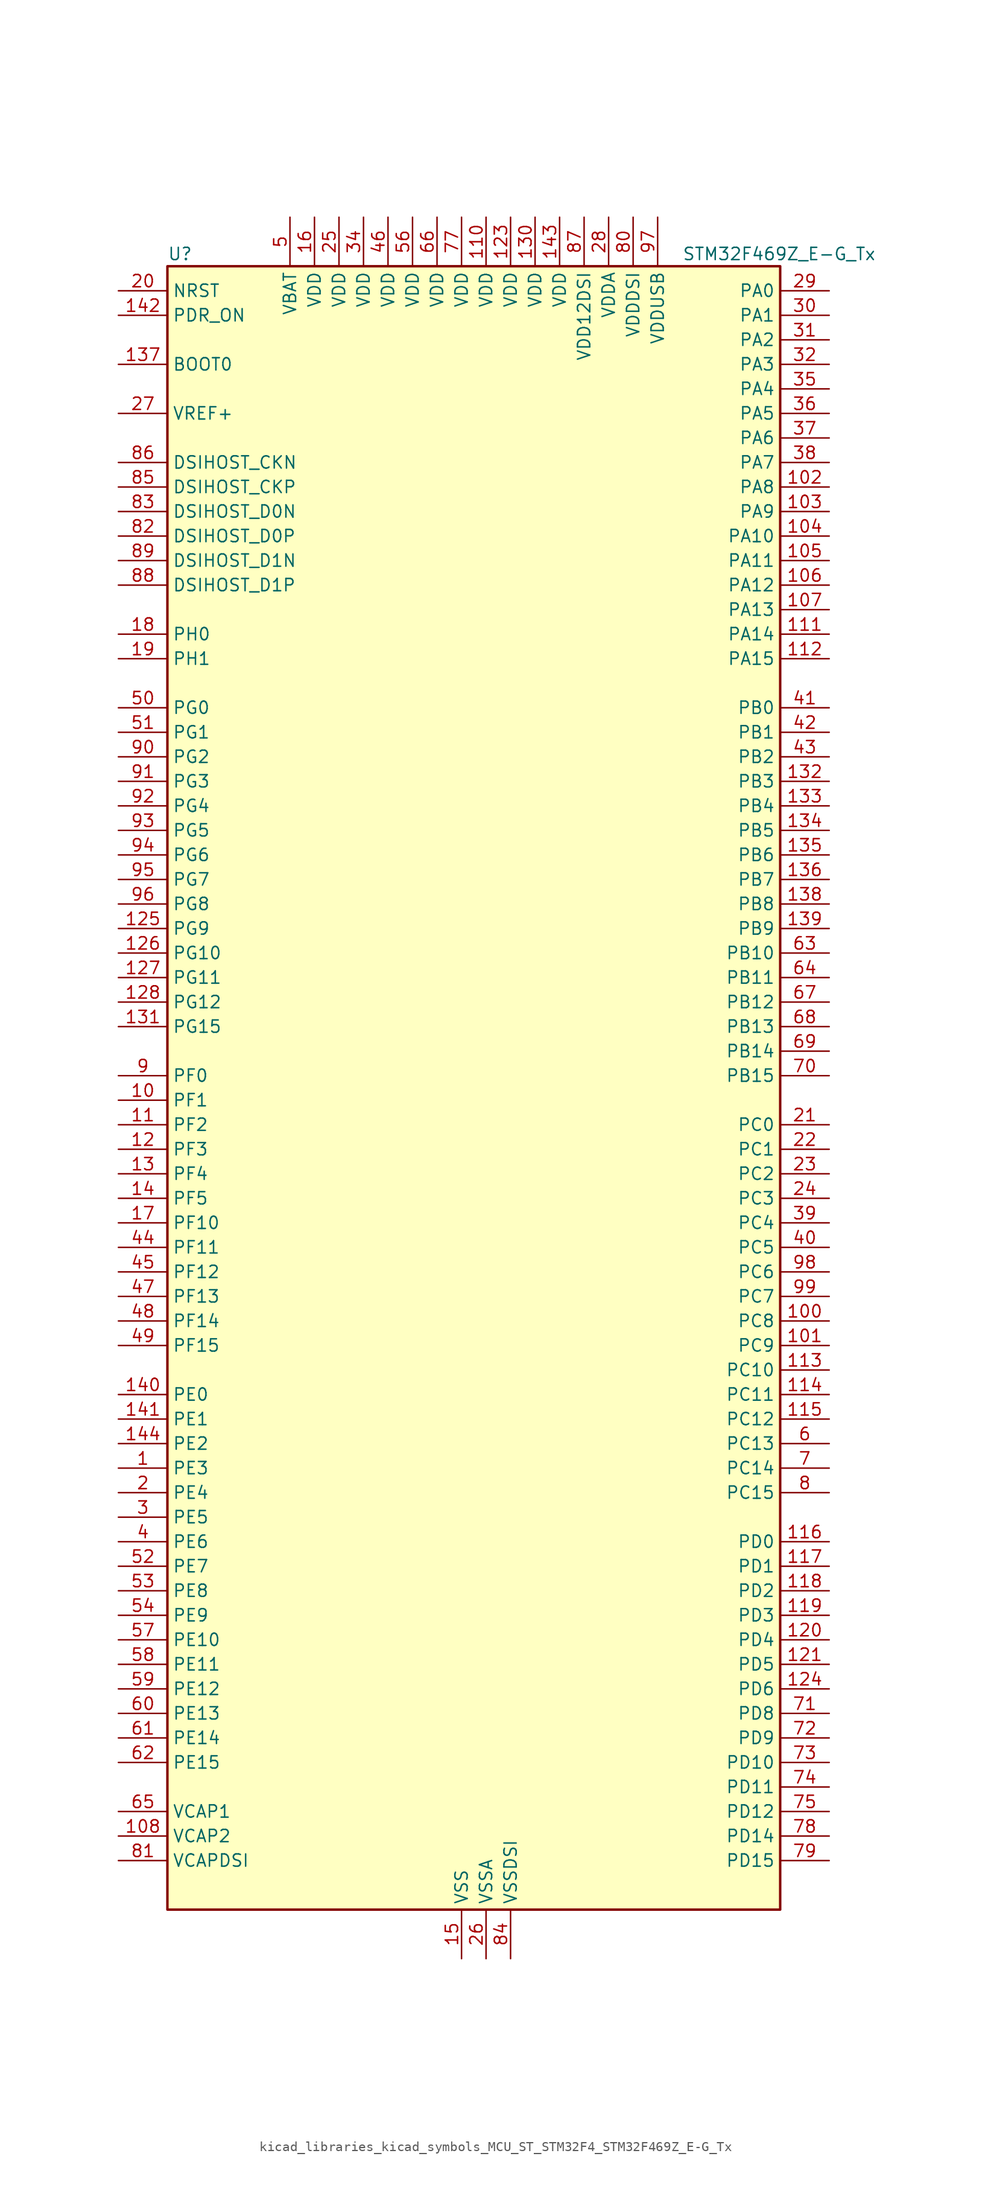
<source format=kicad_sym>
(kicad_symbol_lib
  (version 20220914)
  (generator kicad_symbol_editor)
  (symbol "kicad_libraries_kicad_symbols_MCU_ST_STM32F4_STM32F469Z_E-G_Tx"
    (property "Reference" "U"
      (at -30.48 87.63 0)
      (effects (font (size 1.27 1.27)) (justify left)))
    (property "Value" "STM32F469Z_E-G_Tx"
      (at 22.86 87.63 0)
      (effects (font (size 1.27 1.27)) (justify left)))
    (property "ki_locked" ""
      (at 0 0 0)
      (effects (font (size 1.27 1.27))))
    (symbol "kicad_libraries_kicad_symbols_MCU_ST_STM32F4_STM32F469Z_E-G_Tx_0_1"
      (rectangle (start -30.48 -83.82) (end 33.02 86.36) (stroke (width 0.254) (type default)) (fill (type background))))
    (symbol "kicad_libraries_kicad_symbols_MCU_ST_STM32F4_STM32F469Z_E-G_Tx_1_1"
      (pin bidirectional line (at -35.56 -38.1 0) (length 5.08) (name "PE3" (effects (font (size 1.27 1.27)))) (number "1" (effects (font (size 1.27 1.27)))) (alternate "FMC_A19" bidirectional line) (alternate "SAI1_SD_B" bidirectional line) (alternate "SYS_TRACED0" bidirectional line))
      (pin bidirectional line (at -35.56 0 0) (length 5.08) (name "PF1" (effects (font (size 1.27 1.27)))) (number "10" (effects (font (size 1.27 1.27)))) (alternate "FMC_A1" bidirectional line) (alternate "I2C2_SCL" bidirectional line))
      (pin bidirectional line (at 38.1 -22.86 180) (length 5.08) (name "PC8" (effects (font (size 1.27 1.27)))) (number "100" (effects (font (size 1.27 1.27)))) (alternate "DCMI_D2" bidirectional line) (alternate "SDIO_D0" bidirectional line) (alternate "SYS_TRACED1" bidirectional line) (alternate "TIM3_CH3" bidirectional line) (alternate "TIM8_CH3" bidirectional line) (alternate "USART6_CK" bidirectional line))
      (pin bidirectional line (at 38.1 -25.4 180) (length 5.08) (name "PC9" (effects (font (size 1.27 1.27)))) (number "101" (effects (font (size 1.27 1.27)))) (alternate "DAC_EXTI9" bidirectional line) (alternate "DCMI_D3" bidirectional line) (alternate "I2C3_SDA" bidirectional line) (alternate "I2S_CKIN" bidirectional line) (alternate "QUADSPI_BK1_IO0" bidirectional line) (alternate "RCC_MCO_2" bidirectional line) (alternate "SDIO_D1" bidirectional line) (alternate "TIM3_CH4" bidirectional line) (alternate "TIM8_CH4" bidirectional line))
      (pin bidirectional line (at 38.1 63.5 180) (length 5.08) (name "PA8" (effects (font (size 1.27 1.27)))) (number "102" (effects (font (size 1.27 1.27)))) (alternate "I2C3_SCL" bidirectional line) (alternate "LTDC_R6" bidirectional line) (alternate "RCC_MCO_1" bidirectional line) (alternate "TIM1_CH1" bidirectional line) (alternate "USART1_CK" bidirectional line) (alternate "USB_OTG_FS_SOF" bidirectional line))
      (pin bidirectional line (at 38.1 60.96 180) (length 5.08) (name "PA9" (effects (font (size 1.27 1.27)))) (number "103" (effects (font (size 1.27 1.27)))) (alternate "DAC_EXTI9" bidirectional line) (alternate "DCMI_D0" bidirectional line) (alternate "I2C3_SMBA" bidirectional line) (alternate "I2S2_CK" bidirectional line) (alternate "SPI2_SCK" bidirectional line) (alternate "TIM1_CH2" bidirectional line) (alternate "USART1_TX" bidirectional line) (alternate "USB_OTG_FS_VBUS" bidirectional line))
      (pin bidirectional line (at 38.1 58.42 180) (length 5.08) (name "PA10" (effects (font (size 1.27 1.27)))) (number "104" (effects (font (size 1.27 1.27)))) (alternate "DCMI_D1" bidirectional line) (alternate "TIM1_CH3" bidirectional line) (alternate "USART1_RX" bidirectional line) (alternate "USB_OTG_FS_ID" bidirectional line))
      (pin bidirectional line (at 38.1 55.88 180) (length 5.08) (name "PA11" (effects (font (size 1.27 1.27)))) (number "105" (effects (font (size 1.27 1.27)))) (alternate "ADC1_EXTI11" bidirectional line) (alternate "ADC2_EXTI11" bidirectional line) (alternate "ADC3_EXTI11" bidirectional line) (alternate "CAN1_RX" bidirectional line) (alternate "LTDC_R4" bidirectional line) (alternate "TIM1_CH4" bidirectional line) (alternate "USART1_CTS" bidirectional line) (alternate "USB_OTG_FS_DM" bidirectional line))
      (pin bidirectional line (at 38.1 53.34 180) (length 5.08) (name "PA12" (effects (font (size 1.27 1.27)))) (number "106" (effects (font (size 1.27 1.27)))) (alternate "CAN1_TX" bidirectional line) (alternate "LTDC_R5" bidirectional line) (alternate "TIM1_ETR" bidirectional line) (alternate "USART1_RTS" bidirectional line) (alternate "USB_OTG_FS_DP" bidirectional line))
      (pin bidirectional line (at 38.1 50.8 180) (length 5.08) (name "PA13" (effects (font (size 1.27 1.27)))) (number "107" (effects (font (size 1.27 1.27)))) (alternate "SYS_JTMS-SWDIO" bidirectional line))
      (pin power_out line (at -35.56 -76.2 0) (length 5.08) (name "VCAP2" (effects (font (size 1.27 1.27)))) (number "108" (effects (font (size 1.27 1.27)))))
      (pin passive line (at 0 -88.9 90) (length 5.08) hide (name "VSS" (effects (font (size 1.27 1.27)))) (number "109" (effects (font (size 1.27 1.27)))))
      (pin bidirectional line (at -35.56 -2.54 0) (length 5.08) (name "PF2" (effects (font (size 1.27 1.27)))) (number "11" (effects (font (size 1.27 1.27)))) (alternate "FMC_A2" bidirectional line) (alternate "I2C2_SMBA" bidirectional line))
      (pin power_in line (at 2.54 91.44 270) (length 5.08) (name "VDD" (effects (font (size 1.27 1.27)))) (number "110" (effects (font (size 1.27 1.27)))))
      (pin bidirectional line (at 38.1 48.26 180) (length 5.08) (name "PA14" (effects (font (size 1.27 1.27)))) (number "111" (effects (font (size 1.27 1.27)))) (alternate "SYS_JTCK-SWCLK" bidirectional line))
      (pin bidirectional line (at 38.1 45.72 180) (length 5.08) (name "PA15" (effects (font (size 1.27 1.27)))) (number "112" (effects (font (size 1.27 1.27)))) (alternate "ADC1_EXTI15" bidirectional line) (alternate "ADC2_EXTI15" bidirectional line) (alternate "ADC3_EXTI15" bidirectional line) (alternate "I2S3_WS" bidirectional line) (alternate "SPI1_NSS" bidirectional line) (alternate "SPI3_NSS" bidirectional line) (alternate "SYS_JTDI" bidirectional line) (alternate "TIM2_CH1" bidirectional line) (alternate "TIM2_ETR" bidirectional line))
      (pin bidirectional line (at 38.1 -27.94 180) (length 5.08) (name "PC10" (effects (font (size 1.27 1.27)))) (number "113" (effects (font (size 1.27 1.27)))) (alternate "DCMI_D8" bidirectional line) (alternate "I2S3_CK" bidirectional line) (alternate "LTDC_R2" bidirectional line) (alternate "QUADSPI_BK1_IO1" bidirectional line) (alternate "SDIO_D2" bidirectional line) (alternate "SPI3_SCK" bidirectional line) (alternate "UART4_TX" bidirectional line) (alternate "USART3_TX" bidirectional line))
      (pin bidirectional line (at 38.1 -30.48 180) (length 5.08) (name "PC11" (effects (font (size 1.27 1.27)))) (number "114" (effects (font (size 1.27 1.27)))) (alternate "ADC1_EXTI11" bidirectional line) (alternate "ADC2_EXTI11" bidirectional line) (alternate "ADC3_EXTI11" bidirectional line) (alternate "DCMI_D4" bidirectional line) (alternate "I2S3_ext_SD" bidirectional line) (alternate "QUADSPI_BK2_NCS" bidirectional line) (alternate "SDIO_D3" bidirectional line) (alternate "SPI3_MISO" bidirectional line) (alternate "UART4_RX" bidirectional line) (alternate "USART3_RX" bidirectional line))
      (pin bidirectional line (at 38.1 -33.02 180) (length 5.08) (name "PC12" (effects (font (size 1.27 1.27)))) (number "115" (effects (font (size 1.27 1.27)))) (alternate "DCMI_D9" bidirectional line) (alternate "I2S3_SD" bidirectional line) (alternate "SDIO_CK" bidirectional line) (alternate "SPI3_MOSI" bidirectional line) (alternate "SYS_TRACED3" bidirectional line) (alternate "UART5_TX" bidirectional line) (alternate "USART3_CK" bidirectional line))
      (pin bidirectional line (at 38.1 -45.72 180) (length 5.08) (name "PD0" (effects (font (size 1.27 1.27)))) (number "116" (effects (font (size 1.27 1.27)))) (alternate "CAN1_RX" bidirectional line) (alternate "FMC_D2" bidirectional line) (alternate "FMC_DA2" bidirectional line))
      (pin bidirectional line (at 38.1 -48.26 180) (length 5.08) (name "PD1" (effects (font (size 1.27 1.27)))) (number "117" (effects (font (size 1.27 1.27)))) (alternate "CAN1_TX" bidirectional line) (alternate "FMC_D3" bidirectional line) (alternate "FMC_DA3" bidirectional line))
      (pin bidirectional line (at 38.1 -50.8 180) (length 5.08) (name "PD2" (effects (font (size 1.27 1.27)))) (number "118" (effects (font (size 1.27 1.27)))) (alternate "DCMI_D11" bidirectional line) (alternate "SDIO_CMD" bidirectional line) (alternate "SYS_TRACED2" bidirectional line) (alternate "TIM3_ETR" bidirectional line) (alternate "UART5_RX" bidirectional line))
      (pin bidirectional line (at 38.1 -53.34 180) (length 5.08) (name "PD3" (effects (font (size 1.27 1.27)))) (number "119" (effects (font (size 1.27 1.27)))) (alternate "DCMI_D5" bidirectional line) (alternate "FMC_CLK" bidirectional line) (alternate "I2S2_CK" bidirectional line) (alternate "LTDC_G7" bidirectional line) (alternate "SPI2_SCK" bidirectional line) (alternate "USART2_CTS" bidirectional line))
      (pin bidirectional line (at -35.56 -5.08 0) (length 5.08) (name "PF3" (effects (font (size 1.27 1.27)))) (number "12" (effects (font (size 1.27 1.27)))) (alternate "ADC3_IN9" bidirectional line) (alternate "FMC_A3" bidirectional line))
      (pin bidirectional line (at 38.1 -55.88 180) (length 5.08) (name "PD4" (effects (font (size 1.27 1.27)))) (number "120" (effects (font (size 1.27 1.27)))) (alternate "FMC_NOE" bidirectional line) (alternate "USART2_RTS" bidirectional line))
      (pin bidirectional line (at 38.1 -58.42 180) (length 5.08) (name "PD5" (effects (font (size 1.27 1.27)))) (number "121" (effects (font (size 1.27 1.27)))) (alternate "FMC_NWE" bidirectional line) (alternate "USART2_TX" bidirectional line))
      (pin passive line (at 0 -88.9 90) (length 5.08) hide (name "VSS" (effects (font (size 1.27 1.27)))) (number "122" (effects (font (size 1.27 1.27)))))
      (pin power_in line (at 5.08 91.44 270) (length 5.08) (name "VDD" (effects (font (size 1.27 1.27)))) (number "123" (effects (font (size 1.27 1.27)))))
      (pin bidirectional line (at 38.1 -60.96 180) (length 5.08) (name "PD6" (effects (font (size 1.27 1.27)))) (number "124" (effects (font (size 1.27 1.27)))) (alternate "DCMI_D10" bidirectional line) (alternate "FMC_NWAIT" bidirectional line) (alternate "I2S3_SD" bidirectional line) (alternate "LTDC_B2" bidirectional line) (alternate "SAI1_SD_A" bidirectional line) (alternate "SPI3_MOSI" bidirectional line) (alternate "USART2_RX" bidirectional line))
      (pin bidirectional line (at -35.56 17.78 0) (length 5.08) (name "PG9" (effects (font (size 1.27 1.27)))) (number "125" (effects (font (size 1.27 1.27)))) (alternate "DAC_EXTI9" bidirectional line) (alternate "DCMI_VSYNC" bidirectional line) (alternate "FMC_NCE" bidirectional line) (alternate "FMC_NE2" bidirectional line) (alternate "QUADSPI_BK2_IO2" bidirectional line) (alternate "USART6_RX" bidirectional line))
      (pin bidirectional line (at -35.56 15.24 0) (length 5.08) (name "PG10" (effects (font (size 1.27 1.27)))) (number "126" (effects (font (size 1.27 1.27)))) (alternate "DCMI_D2" bidirectional line) (alternate "FMC_NE3" bidirectional line) (alternate "LTDC_B2" bidirectional line) (alternate "LTDC_G3" bidirectional line))
      (pin bidirectional line (at -35.56 12.7 0) (length 5.08) (name "PG11" (effects (font (size 1.27 1.27)))) (number "127" (effects (font (size 1.27 1.27)))) (alternate "ADC1_EXTI11" bidirectional line) (alternate "ADC2_EXTI11" bidirectional line) (alternate "ADC3_EXTI11" bidirectional line) (alternate "DCMI_D3" bidirectional line) (alternate "LTDC_B3" bidirectional line))
      (pin bidirectional line (at -35.56 10.16 0) (length 5.08) (name "PG12" (effects (font (size 1.27 1.27)))) (number "128" (effects (font (size 1.27 1.27)))) (alternate "FMC_NE4" bidirectional line) (alternate "LTDC_B1" bidirectional line) (alternate "LTDC_B4" bidirectional line) (alternate "USART6_RTS" bidirectional line))
      (pin passive line (at 0 -88.9 90) (length 5.08) hide (name "VSS" (effects (font (size 1.27 1.27)))) (number "129" (effects (font (size 1.27 1.27)))))
      (pin bidirectional line (at -35.56 -7.62 0) (length 5.08) (name "PF4" (effects (font (size 1.27 1.27)))) (number "13" (effects (font (size 1.27 1.27)))) (alternate "ADC3_IN14" bidirectional line) (alternate "FMC_A4" bidirectional line))
      (pin power_in line (at 7.62 91.44 270) (length 5.08) (name "VDD" (effects (font (size 1.27 1.27)))) (number "130" (effects (font (size 1.27 1.27)))))
      (pin bidirectional line (at -35.56 7.62 0) (length 5.08) (name "PG15" (effects (font (size 1.27 1.27)))) (number "131" (effects (font (size 1.27 1.27)))) (alternate "ADC1_EXTI15" bidirectional line) (alternate "ADC2_EXTI15" bidirectional line) (alternate "ADC3_EXTI15" bidirectional line) (alternate "DCMI_D13" bidirectional line) (alternate "FMC_SDNCAS" bidirectional line) (alternate "USART6_CTS" bidirectional line))
      (pin bidirectional line (at 38.1 33.02 180) (length 5.08) (name "PB3" (effects (font (size 1.27 1.27)))) (number "132" (effects (font (size 1.27 1.27)))) (alternate "I2S3_CK" bidirectional line) (alternate "SPI1_SCK" bidirectional line) (alternate "SPI3_SCK" bidirectional line) (alternate "SYS_JTDO-SWO" bidirectional line) (alternate "TIM2_CH2" bidirectional line))
      (pin bidirectional line (at 38.1 30.48 180) (length 5.08) (name "PB4" (effects (font (size 1.27 1.27)))) (number "133" (effects (font (size 1.27 1.27)))) (alternate "I2S3_ext_SD" bidirectional line) (alternate "SPI1_MISO" bidirectional line) (alternate "SPI3_MISO" bidirectional line) (alternate "SYS_JTRST" bidirectional line) (alternate "TIM3_CH1" bidirectional line))
      (pin bidirectional line (at 38.1 27.94 180) (length 5.08) (name "PB5" (effects (font (size 1.27 1.27)))) (number "134" (effects (font (size 1.27 1.27)))) (alternate "CAN2_RX" bidirectional line) (alternate "DCMI_D10" bidirectional line) (alternate "FMC_SDCKE1" bidirectional line) (alternate "I2C1_SMBA" bidirectional line) (alternate "I2S3_SD" bidirectional line) (alternate "LTDC_G7" bidirectional line) (alternate "SPI1_MOSI" bidirectional line) (alternate "SPI3_MOSI" bidirectional line) (alternate "TIM3_CH2" bidirectional line) (alternate "USB_OTG_HS_ULPI_D7" bidirectional line))
      (pin bidirectional line (at 38.1 25.4 180) (length 5.08) (name "PB6" (effects (font (size 1.27 1.27)))) (number "135" (effects (font (size 1.27 1.27)))) (alternate "CAN2_TX" bidirectional line) (alternate "DCMI_D5" bidirectional line) (alternate "FMC_SDNE1" bidirectional line) (alternate "I2C1_SCL" bidirectional line) (alternate "QUADSPI_BK1_NCS" bidirectional line) (alternate "TIM4_CH1" bidirectional line) (alternate "USART1_TX" bidirectional line))
      (pin bidirectional line (at 38.1 22.86 180) (length 5.08) (name "PB7" (effects (font (size 1.27 1.27)))) (number "136" (effects (font (size 1.27 1.27)))) (alternate "DCMI_VSYNC" bidirectional line) (alternate "FMC_NL" bidirectional line) (alternate "I2C1_SDA" bidirectional line) (alternate "TIM4_CH2" bidirectional line) (alternate "USART1_RX" bidirectional line))
      (pin input line (at -35.56 76.2 0) (length 5.08) (name "BOOT0" (effects (font (size 1.27 1.27)))) (number "137" (effects (font (size 1.27 1.27)))))
      (pin bidirectional line (at 38.1 20.32 180) (length 5.08) (name "PB8" (effects (font (size 1.27 1.27)))) (number "138" (effects (font (size 1.27 1.27)))) (alternate "CAN1_RX" bidirectional line) (alternate "DCMI_D6" bidirectional line) (alternate "I2C1_SCL" bidirectional line) (alternate "LTDC_B6" bidirectional line) (alternate "SDIO_D4" bidirectional line) (alternate "TIM10_CH1" bidirectional line) (alternate "TIM4_CH3" bidirectional line))
      (pin bidirectional line (at 38.1 17.78 180) (length 5.08) (name "PB9" (effects (font (size 1.27 1.27)))) (number "139" (effects (font (size 1.27 1.27)))) (alternate "CAN1_TX" bidirectional line) (alternate "DAC_EXTI9" bidirectional line) (alternate "DCMI_D7" bidirectional line) (alternate "I2C1_SDA" bidirectional line) (alternate "I2S2_WS" bidirectional line) (alternate "LTDC_B7" bidirectional line) (alternate "SDIO_D5" bidirectional line) (alternate "SPI2_NSS" bidirectional line) (alternate "TIM11_CH1" bidirectional line) (alternate "TIM4_CH4" bidirectional line))
      (pin bidirectional line (at -35.56 -10.16 0) (length 5.08) (name "PF5" (effects (font (size 1.27 1.27)))) (number "14" (effects (font (size 1.27 1.27)))) (alternate "ADC3_IN15" bidirectional line) (alternate "FMC_A5" bidirectional line))
      (pin bidirectional line (at -35.56 -30.48 0) (length 5.08) (name "PE0" (effects (font (size 1.27 1.27)))) (number "140" (effects (font (size 1.27 1.27)))) (alternate "DCMI_D2" bidirectional line) (alternate "FMC_NBL0" bidirectional line) (alternate "TIM4_ETR" bidirectional line) (alternate "UART8_RX" bidirectional line))
      (pin bidirectional line (at -35.56 -33.02 0) (length 5.08) (name "PE1" (effects (font (size 1.27 1.27)))) (number "141" (effects (font (size 1.27 1.27)))) (alternate "DCMI_D3" bidirectional line) (alternate "FMC_NBL1" bidirectional line) (alternate "UART8_TX" bidirectional line))
      (pin input line (at -35.56 81.28 0) (length 5.08) (name "PDR_ON" (effects (font (size 1.27 1.27)))) (number "142" (effects (font (size 1.27 1.27)))))
      (pin power_in line (at 10.16 91.44 270) (length 5.08) (name "VDD" (effects (font (size 1.27 1.27)))) (number "143" (effects (font (size 1.27 1.27)))))
      (pin bidirectional line (at -35.56 -35.56 0) (length 5.08) (name "PE2" (effects (font (size 1.27 1.27)))) (number "144" (effects (font (size 1.27 1.27)))) (alternate "FMC_A23" bidirectional line) (alternate "QUADSPI_BK1_IO2" bidirectional line) (alternate "SAI1_MCLK_A" bidirectional line) (alternate "SPI4_SCK" bidirectional line) (alternate "SYS_TRACECLK" bidirectional line))
      (pin power_in line (at 0 -88.9 90) (length 5.08) (name "VSS" (effects (font (size 1.27 1.27)))) (number "15" (effects (font (size 1.27 1.27)))))
      (pin power_in line (at -15.24 91.44 270) (length 5.08) (name "VDD" (effects (font (size 1.27 1.27)))) (number "16" (effects (font (size 1.27 1.27)))))
      (pin bidirectional line (at -35.56 -12.7 0) (length 5.08) (name "PF10" (effects (font (size 1.27 1.27)))) (number "17" (effects (font (size 1.27 1.27)))) (alternate "ADC3_IN8" bidirectional line) (alternate "DCMI_D11" bidirectional line) (alternate "LTDC_DE" bidirectional line) (alternate "QUADSPI_CLK" bidirectional line))
      (pin bidirectional line (at -35.56 48.26 0) (length 5.08) (name "PH0" (effects (font (size 1.27 1.27)))) (number "18" (effects (font (size 1.27 1.27)))) (alternate "RCC_OSC_IN" bidirectional line))
      (pin bidirectional line (at -35.56 45.72 0) (length 5.08) (name "PH1" (effects (font (size 1.27 1.27)))) (number "19" (effects (font (size 1.27 1.27)))) (alternate "RCC_OSC_OUT" bidirectional line))
      (pin bidirectional line (at -35.56 -40.64 0) (length 5.08) (name "PE4" (effects (font (size 1.27 1.27)))) (number "2" (effects (font (size 1.27 1.27)))) (alternate "DCMI_D4" bidirectional line) (alternate "FMC_A20" bidirectional line) (alternate "LTDC_B0" bidirectional line) (alternate "SAI1_FS_A" bidirectional line) (alternate "SPI4_NSS" bidirectional line) (alternate "SYS_TRACED1" bidirectional line))
      (pin input line (at -35.56 83.82 0) (length 5.08) (name "NRST" (effects (font (size 1.27 1.27)))) (number "20" (effects (font (size 1.27 1.27)))))
      (pin bidirectional line (at 38.1 -2.54 180) (length 5.08) (name "PC0" (effects (font (size 1.27 1.27)))) (number "21" (effects (font (size 1.27 1.27)))) (alternate "ADC1_IN10" bidirectional line) (alternate "ADC2_IN10" bidirectional line) (alternate "ADC3_IN10" bidirectional line) (alternate "FMC_SDNWE" bidirectional line) (alternate "LTDC_R5" bidirectional line) (alternate "USB_OTG_HS_ULPI_STP" bidirectional line))
      (pin bidirectional line (at 38.1 -5.08 180) (length 5.08) (name "PC1" (effects (font (size 1.27 1.27)))) (number "22" (effects (font (size 1.27 1.27)))) (alternate "ADC1_IN11" bidirectional line) (alternate "ADC2_IN11" bidirectional line) (alternate "ADC3_IN11" bidirectional line) (alternate "I2S2_SD" bidirectional line) (alternate "SAI1_SD_A" bidirectional line) (alternate "SPI2_MOSI" bidirectional line) (alternate "SYS_TRACED0" bidirectional line))
      (pin bidirectional line (at 38.1 -7.62 180) (length 5.08) (name "PC2" (effects (font (size 1.27 1.27)))) (number "23" (effects (font (size 1.27 1.27)))) (alternate "ADC1_IN12" bidirectional line) (alternate "ADC2_IN12" bidirectional line) (alternate "ADC3_IN12" bidirectional line) (alternate "FMC_SDNE0" bidirectional line) (alternate "I2S2_ext_SD" bidirectional line) (alternate "SPI2_MISO" bidirectional line) (alternate "USB_OTG_HS_ULPI_DIR" bidirectional line))
      (pin bidirectional line (at 38.1 -10.16 180) (length 5.08) (name "PC3" (effects (font (size 1.27 1.27)))) (number "24" (effects (font (size 1.27 1.27)))) (alternate "ADC1_IN13" bidirectional line) (alternate "ADC2_IN13" bidirectional line) (alternate "ADC3_IN13" bidirectional line) (alternate "FMC_SDCKE0" bidirectional line) (alternate "I2S2_SD" bidirectional line) (alternate "SPI2_MOSI" bidirectional line) (alternate "USB_OTG_HS_ULPI_NXT" bidirectional line))
      (pin power_in line (at -12.7 91.44 270) (length 5.08) (name "VDD" (effects (font (size 1.27 1.27)))) (number "25" (effects (font (size 1.27 1.27)))))
      (pin power_in line (at 2.54 -88.9 90) (length 5.08) (name "VSSA" (effects (font (size 1.27 1.27)))) (number "26" (effects (font (size 1.27 1.27)))))
      (pin input line (at -35.56 71.12 0) (length 5.08) (name "VREF+" (effects (font (size 1.27 1.27)))) (number "27" (effects (font (size 1.27 1.27)))))
      (pin power_in line (at 15.24 91.44 270) (length 5.08) (name "VDDA" (effects (font (size 1.27 1.27)))) (number "28" (effects (font (size 1.27 1.27)))))
      (pin bidirectional line (at 38.1 83.82 180) (length 5.08) (name "PA0" (effects (font (size 1.27 1.27)))) (number "29" (effects (font (size 1.27 1.27)))) (alternate "ADC1_IN0" bidirectional line) (alternate "ADC2_IN0" bidirectional line) (alternate "ADC3_IN0" bidirectional line) (alternate "SYS_WKUP" bidirectional line) (alternate "TIM2_CH1" bidirectional line) (alternate "TIM2_ETR" bidirectional line) (alternate "TIM5_CH1" bidirectional line) (alternate "TIM8_ETR" bidirectional line) (alternate "UART4_TX" bidirectional line) (alternate "USART2_CTS" bidirectional line))
      (pin bidirectional line (at -35.56 -43.18 0) (length 5.08) (name "PE5" (effects (font (size 1.27 1.27)))) (number "3" (effects (font (size 1.27 1.27)))) (alternate "DCMI_D6" bidirectional line) (alternate "FMC_A21" bidirectional line) (alternate "LTDC_G0" bidirectional line) (alternate "SAI1_SCK_A" bidirectional line) (alternate "SPI4_MISO" bidirectional line) (alternate "SYS_TRACED2" bidirectional line) (alternate "TIM9_CH1" bidirectional line))
      (pin bidirectional line (at 38.1 81.28 180) (length 5.08) (name "PA1" (effects (font (size 1.27 1.27)))) (number "30" (effects (font (size 1.27 1.27)))) (alternate "ADC1_IN1" bidirectional line) (alternate "ADC2_IN1" bidirectional line) (alternate "ADC3_IN1" bidirectional line) (alternate "LTDC_R2" bidirectional line) (alternate "QUADSPI_BK1_IO3" bidirectional line) (alternate "TIM2_CH2" bidirectional line) (alternate "TIM5_CH2" bidirectional line) (alternate "UART4_RX" bidirectional line) (alternate "USART2_RTS" bidirectional line))
      (pin bidirectional line (at 38.1 78.74 180) (length 5.08) (name "PA2" (effects (font (size 1.27 1.27)))) (number "31" (effects (font (size 1.27 1.27)))) (alternate "ADC1_IN2" bidirectional line) (alternate "ADC2_IN2" bidirectional line) (alternate "ADC3_IN2" bidirectional line) (alternate "LTDC_R1" bidirectional line) (alternate "TIM2_CH3" bidirectional line) (alternate "TIM5_CH3" bidirectional line) (alternate "TIM9_CH1" bidirectional line) (alternate "USART2_TX" bidirectional line))
      (pin bidirectional line (at 38.1 76.2 180) (length 5.08) (name "PA3" (effects (font (size 1.27 1.27)))) (number "32" (effects (font (size 1.27 1.27)))) (alternate "ADC1_IN3" bidirectional line) (alternate "ADC2_IN3" bidirectional line) (alternate "ADC3_IN3" bidirectional line) (alternate "LTDC_B2" bidirectional line) (alternate "LTDC_B5" bidirectional line) (alternate "TIM2_CH4" bidirectional line) (alternate "TIM5_CH4" bidirectional line) (alternate "TIM9_CH2" bidirectional line) (alternate "USART2_RX" bidirectional line) (alternate "USB_OTG_HS_ULPI_D0" bidirectional line))
      (pin passive line (at 0 -88.9 90) (length 5.08) hide (name "VSS" (effects (font (size 1.27 1.27)))) (number "33" (effects (font (size 1.27 1.27)))))
      (pin power_in line (at -10.16 91.44 270) (length 5.08) (name "VDD" (effects (font (size 1.27 1.27)))) (number "34" (effects (font (size 1.27 1.27)))))
      (pin bidirectional line (at 38.1 73.66 180) (length 5.08) (name "PA4" (effects (font (size 1.27 1.27)))) (number "35" (effects (font (size 1.27 1.27)))) (alternate "ADC1_IN4" bidirectional line) (alternate "ADC2_IN4" bidirectional line) (alternate "DAC_OUT1" bidirectional line) (alternate "DCMI_HSYNC" bidirectional line) (alternate "I2S3_WS" bidirectional line) (alternate "LTDC_VSYNC" bidirectional line) (alternate "SPI1_NSS" bidirectional line) (alternate "SPI3_NSS" bidirectional line) (alternate "USART2_CK" bidirectional line) (alternate "USB_OTG_HS_SOF" bidirectional line))
      (pin bidirectional line (at 38.1 71.12 180) (length 5.08) (name "PA5" (effects (font (size 1.27 1.27)))) (number "36" (effects (font (size 1.27 1.27)))) (alternate "ADC1_IN5" bidirectional line) (alternate "ADC2_IN5" bidirectional line) (alternate "DAC_OUT2" bidirectional line) (alternate "LTDC_R4" bidirectional line) (alternate "SPI1_SCK" bidirectional line) (alternate "TIM2_CH1" bidirectional line) (alternate "TIM2_ETR" bidirectional line) (alternate "TIM8_CH1N" bidirectional line) (alternate "USB_OTG_HS_ULPI_CK" bidirectional line))
      (pin bidirectional line (at 38.1 68.58 180) (length 5.08) (name "PA6" (effects (font (size 1.27 1.27)))) (number "37" (effects (font (size 1.27 1.27)))) (alternate "ADC1_IN6" bidirectional line) (alternate "ADC2_IN6" bidirectional line) (alternate "DCMI_PIXCLK" bidirectional line) (alternate "LTDC_G2" bidirectional line) (alternate "SPI1_MISO" bidirectional line) (alternate "TIM13_CH1" bidirectional line) (alternate "TIM1_BKIN" bidirectional line) (alternate "TIM3_CH1" bidirectional line) (alternate "TIM8_BKIN" bidirectional line))
      (pin bidirectional line (at 38.1 66.04 180) (length 5.08) (name "PA7" (effects (font (size 1.27 1.27)))) (number "38" (effects (font (size 1.27 1.27)))) (alternate "ADC1_IN7" bidirectional line) (alternate "ADC2_IN7" bidirectional line) (alternate "FMC_SDNWE" bidirectional line) (alternate "QUADSPI_CLK" bidirectional line) (alternate "SPI1_MOSI" bidirectional line) (alternate "TIM14_CH1" bidirectional line) (alternate "TIM1_CH1N" bidirectional line) (alternate "TIM3_CH2" bidirectional line) (alternate "TIM8_CH1N" bidirectional line))
      (pin bidirectional line (at 38.1 -12.7 180) (length 5.08) (name "PC4" (effects (font (size 1.27 1.27)))) (number "39" (effects (font (size 1.27 1.27)))) (alternate "ADC1_IN14" bidirectional line) (alternate "ADC2_IN14" bidirectional line) (alternate "FMC_SDNE0" bidirectional line))
      (pin bidirectional line (at -35.56 -45.72 0) (length 5.08) (name "PE6" (effects (font (size 1.27 1.27)))) (number "4" (effects (font (size 1.27 1.27)))) (alternate "DCMI_D7" bidirectional line) (alternate "FMC_A22" bidirectional line) (alternate "LTDC_G1" bidirectional line) (alternate "SAI1_SD_A" bidirectional line) (alternate "SPI4_MOSI" bidirectional line) (alternate "SYS_TRACED3" bidirectional line) (alternate "TIM9_CH2" bidirectional line))
      (pin bidirectional line (at 38.1 -15.24 180) (length 5.08) (name "PC5" (effects (font (size 1.27 1.27)))) (number "40" (effects (font (size 1.27 1.27)))) (alternate "ADC1_IN15" bidirectional line) (alternate "ADC2_IN15" bidirectional line) (alternate "FMC_SDCKE0" bidirectional line))
      (pin bidirectional line (at 38.1 40.64 180) (length 5.08) (name "PB0" (effects (font (size 1.27 1.27)))) (number "41" (effects (font (size 1.27 1.27)))) (alternate "ADC1_IN8" bidirectional line) (alternate "ADC2_IN8" bidirectional line) (alternate "LTDC_G1" bidirectional line) (alternate "LTDC_R3" bidirectional line) (alternate "TIM1_CH2N" bidirectional line) (alternate "TIM3_CH3" bidirectional line) (alternate "TIM8_CH2N" bidirectional line) (alternate "USB_OTG_HS_ULPI_D1" bidirectional line))
      (pin bidirectional line (at 38.1 38.1 180) (length 5.08) (name "PB1" (effects (font (size 1.27 1.27)))) (number "42" (effects (font (size 1.27 1.27)))) (alternate "ADC1_IN9" bidirectional line) (alternate "ADC2_IN9" bidirectional line) (alternate "LTDC_G0" bidirectional line) (alternate "LTDC_R6" bidirectional line) (alternate "TIM1_CH3N" bidirectional line) (alternate "TIM3_CH4" bidirectional line) (alternate "TIM8_CH3N" bidirectional line) (alternate "USB_OTG_HS_ULPI_D2" bidirectional line))
      (pin bidirectional line (at 38.1 35.56 180) (length 5.08) (name "PB2" (effects (font (size 1.27 1.27)))) (number "43" (effects (font (size 1.27 1.27)))))
      (pin bidirectional line (at -35.56 -15.24 0) (length 5.08) (name "PF11" (effects (font (size 1.27 1.27)))) (number "44" (effects (font (size 1.27 1.27)))) (alternate "ADC1_EXTI11" bidirectional line) (alternate "ADC2_EXTI11" bidirectional line) (alternate "ADC3_EXTI11" bidirectional line) (alternate "DCMI_D12" bidirectional line) (alternate "FMC_SDNRAS" bidirectional line))
      (pin bidirectional line (at -35.56 -17.78 0) (length 5.08) (name "PF12" (effects (font (size 1.27 1.27)))) (number "45" (effects (font (size 1.27 1.27)))) (alternate "FMC_A6" bidirectional line))
      (pin power_in line (at -7.62 91.44 270) (length 5.08) (name "VDD" (effects (font (size 1.27 1.27)))) (number "46" (effects (font (size 1.27 1.27)))))
      (pin bidirectional line (at -35.56 -20.32 0) (length 5.08) (name "PF13" (effects (font (size 1.27 1.27)))) (number "47" (effects (font (size 1.27 1.27)))) (alternate "FMC_A7" bidirectional line))
      (pin bidirectional line (at -35.56 -22.86 0) (length 5.08) (name "PF14" (effects (font (size 1.27 1.27)))) (number "48" (effects (font (size 1.27 1.27)))) (alternate "FMC_A8" bidirectional line))
      (pin bidirectional line (at -35.56 -25.4 0) (length 5.08) (name "PF15" (effects (font (size 1.27 1.27)))) (number "49" (effects (font (size 1.27 1.27)))) (alternate "ADC1_EXTI15" bidirectional line) (alternate "ADC2_EXTI15" bidirectional line) (alternate "ADC3_EXTI15" bidirectional line) (alternate "FMC_A9" bidirectional line))
      (pin power_in line (at -17.78 91.44 270) (length 5.08) (name "VBAT" (effects (font (size 1.27 1.27)))) (number "5" (effects (font (size 1.27 1.27)))))
      (pin bidirectional line (at -35.56 40.64 0) (length 5.08) (name "PG0" (effects (font (size 1.27 1.27)))) (number "50" (effects (font (size 1.27 1.27)))) (alternate "FMC_A10" bidirectional line))
      (pin bidirectional line (at -35.56 38.1 0) (length 5.08) (name "PG1" (effects (font (size 1.27 1.27)))) (number "51" (effects (font (size 1.27 1.27)))) (alternate "FMC_A11" bidirectional line))
      (pin bidirectional line (at -35.56 -48.26 0) (length 5.08) (name "PE7" (effects (font (size 1.27 1.27)))) (number "52" (effects (font (size 1.27 1.27)))) (alternate "FMC_D4" bidirectional line) (alternate "FMC_DA4" bidirectional line) (alternate "QUADSPI_BK2_IO0" bidirectional line) (alternate "TIM1_ETR" bidirectional line) (alternate "UART7_RX" bidirectional line))
      (pin bidirectional line (at -35.56 -50.8 0) (length 5.08) (name "PE8" (effects (font (size 1.27 1.27)))) (number "53" (effects (font (size 1.27 1.27)))) (alternate "FMC_D5" bidirectional line) (alternate "FMC_DA5" bidirectional line) (alternate "QUADSPI_BK2_IO1" bidirectional line) (alternate "TIM1_CH1N" bidirectional line) (alternate "UART7_TX" bidirectional line))
      (pin bidirectional line (at -35.56 -53.34 0) (length 5.08) (name "PE9" (effects (font (size 1.27 1.27)))) (number "54" (effects (font (size 1.27 1.27)))) (alternate "DAC_EXTI9" bidirectional line) (alternate "FMC_D6" bidirectional line) (alternate "FMC_DA6" bidirectional line) (alternate "QUADSPI_BK2_IO2" bidirectional line) (alternate "TIM1_CH1" bidirectional line))
      (pin passive line (at 0 -88.9 90) (length 5.08) hide (name "VSS" (effects (font (size 1.27 1.27)))) (number "55" (effects (font (size 1.27 1.27)))))
      (pin power_in line (at -5.08 91.44 270) (length 5.08) (name "VDD" (effects (font (size 1.27 1.27)))) (number "56" (effects (font (size 1.27 1.27)))))
      (pin bidirectional line (at -35.56 -55.88 0) (length 5.08) (name "PE10" (effects (font (size 1.27 1.27)))) (number "57" (effects (font (size 1.27 1.27)))) (alternate "FMC_D7" bidirectional line) (alternate "FMC_DA7" bidirectional line) (alternate "QUADSPI_BK2_IO3" bidirectional line) (alternate "TIM1_CH2N" bidirectional line))
      (pin bidirectional line (at -35.56 -58.42 0) (length 5.08) (name "PE11" (effects (font (size 1.27 1.27)))) (number "58" (effects (font (size 1.27 1.27)))) (alternate "ADC1_EXTI11" bidirectional line) (alternate "ADC2_EXTI11" bidirectional line) (alternate "ADC3_EXTI11" bidirectional line) (alternate "FMC_D8" bidirectional line) (alternate "FMC_DA8" bidirectional line) (alternate "LTDC_G3" bidirectional line) (alternate "SPI4_NSS" bidirectional line) (alternate "TIM1_CH2" bidirectional line))
      (pin bidirectional line (at -35.56 -60.96 0) (length 5.08) (name "PE12" (effects (font (size 1.27 1.27)))) (number "59" (effects (font (size 1.27 1.27)))) (alternate "FMC_D9" bidirectional line) (alternate "FMC_DA9" bidirectional line) (alternate "LTDC_B4" bidirectional line) (alternate "SPI4_SCK" bidirectional line) (alternate "TIM1_CH3N" bidirectional line))
      (pin bidirectional line (at 38.1 -35.56 180) (length 5.08) (name "PC13" (effects (font (size 1.27 1.27)))) (number "6" (effects (font (size 1.27 1.27)))) (alternate "RTC_AF1" bidirectional line))
      (pin bidirectional line (at -35.56 -63.5 0) (length 5.08) (name "PE13" (effects (font (size 1.27 1.27)))) (number "60" (effects (font (size 1.27 1.27)))) (alternate "FMC_D10" bidirectional line) (alternate "FMC_DA10" bidirectional line) (alternate "LTDC_DE" bidirectional line) (alternate "SPI4_MISO" bidirectional line) (alternate "TIM1_CH3" bidirectional line))
      (pin bidirectional line (at -35.56 -66.04 0) (length 5.08) (name "PE14" (effects (font (size 1.27 1.27)))) (number "61" (effects (font (size 1.27 1.27)))) (alternate "FMC_D11" bidirectional line) (alternate "FMC_DA11" bidirectional line) (alternate "LTDC_CLK" bidirectional line) (alternate "SPI4_MOSI" bidirectional line) (alternate "TIM1_CH4" bidirectional line))
      (pin bidirectional line (at -35.56 -68.58 0) (length 5.08) (name "PE15" (effects (font (size 1.27 1.27)))) (number "62" (effects (font (size 1.27 1.27)))) (alternate "ADC1_EXTI15" bidirectional line) (alternate "ADC2_EXTI15" bidirectional line) (alternate "ADC3_EXTI15" bidirectional line) (alternate "FMC_D12" bidirectional line) (alternate "FMC_DA12" bidirectional line) (alternate "LTDC_R7" bidirectional line) (alternate "TIM1_BKIN" bidirectional line))
      (pin bidirectional line (at 38.1 15.24 180) (length 5.08) (name "PB10" (effects (font (size 1.27 1.27)))) (number "63" (effects (font (size 1.27 1.27)))) (alternate "I2C2_SCL" bidirectional line) (alternate "I2S2_CK" bidirectional line) (alternate "LTDC_G4" bidirectional line) (alternate "QUADSPI_BK1_NCS" bidirectional line) (alternate "SPI2_SCK" bidirectional line) (alternate "TIM2_CH3" bidirectional line) (alternate "USART3_TX" bidirectional line) (alternate "USB_OTG_HS_ULPI_D3" bidirectional line))
      (pin bidirectional line (at 38.1 12.7 180) (length 5.08) (name "PB11" (effects (font (size 1.27 1.27)))) (number "64" (effects (font (size 1.27 1.27)))) (alternate "ADC1_EXTI11" bidirectional line) (alternate "ADC2_EXTI11" bidirectional line) (alternate "ADC3_EXTI11" bidirectional line) (alternate "DSIHOST_TE" bidirectional line) (alternate "I2C2_SDA" bidirectional line) (alternate "LTDC_G5" bidirectional line) (alternate "TIM2_CH4" bidirectional line) (alternate "USART3_RX" bidirectional line) (alternate "USB_OTG_HS_ULPI_D4" bidirectional line))
      (pin power_out line (at -35.56 -73.66 0) (length 5.08) (name "VCAP1" (effects (font (size 1.27 1.27)))) (number "65" (effects (font (size 1.27 1.27)))))
      (pin power_in line (at -2.54 91.44 270) (length 5.08) (name "VDD" (effects (font (size 1.27 1.27)))) (number "66" (effects (font (size 1.27 1.27)))))
      (pin bidirectional line (at 38.1 10.16 180) (length 5.08) (name "PB12" (effects (font (size 1.27 1.27)))) (number "67" (effects (font (size 1.27 1.27)))) (alternate "CAN2_RX" bidirectional line) (alternate "I2C2_SMBA" bidirectional line) (alternate "I2S2_WS" bidirectional line) (alternate "SPI2_NSS" bidirectional line) (alternate "TIM1_BKIN" bidirectional line) (alternate "USART3_CK" bidirectional line) (alternate "USB_OTG_HS_ID" bidirectional line) (alternate "USB_OTG_HS_ULPI_D5" bidirectional line))
      (pin bidirectional line (at 38.1 7.62 180) (length 5.08) (name "PB13" (effects (font (size 1.27 1.27)))) (number "68" (effects (font (size 1.27 1.27)))) (alternate "CAN2_TX" bidirectional line) (alternate "I2S2_CK" bidirectional line) (alternate "SPI2_SCK" bidirectional line) (alternate "TIM1_CH1N" bidirectional line) (alternate "USART3_CTS" bidirectional line) (alternate "USB_OTG_HS_ULPI_D6" bidirectional line) (alternate "USB_OTG_HS_VBUS" bidirectional line))
      (pin bidirectional line (at 38.1 5.08 180) (length 5.08) (name "PB14" (effects (font (size 1.27 1.27)))) (number "69" (effects (font (size 1.27 1.27)))) (alternate "I2S2_ext_SD" bidirectional line) (alternate "SPI2_MISO" bidirectional line) (alternate "TIM12_CH1" bidirectional line) (alternate "TIM1_CH2N" bidirectional line) (alternate "TIM8_CH2N" bidirectional line) (alternate "USART3_RTS" bidirectional line) (alternate "USB_OTG_HS_DM" bidirectional line))
      (pin bidirectional line (at 38.1 -38.1 180) (length 5.08) (name "PC14" (effects (font (size 1.27 1.27)))) (number "7" (effects (font (size 1.27 1.27)))) (alternate "RCC_OSC32_IN" bidirectional line))
      (pin bidirectional line (at 38.1 2.54 180) (length 5.08) (name "PB15" (effects (font (size 1.27 1.27)))) (number "70" (effects (font (size 1.27 1.27)))) (alternate "ADC1_EXTI15" bidirectional line) (alternate "ADC2_EXTI15" bidirectional line) (alternate "ADC3_EXTI15" bidirectional line) (alternate "I2S2_SD" bidirectional line) (alternate "RTC_REFIN" bidirectional line) (alternate "SPI2_MOSI" bidirectional line) (alternate "TIM12_CH2" bidirectional line) (alternate "TIM1_CH3N" bidirectional line) (alternate "TIM8_CH3N" bidirectional line) (alternate "USB_OTG_HS_DP" bidirectional line))
      (pin bidirectional line (at 38.1 -63.5 180) (length 5.08) (name "PD8" (effects (font (size 1.27 1.27)))) (number "71" (effects (font (size 1.27 1.27)))) (alternate "FMC_D13" bidirectional line) (alternate "FMC_DA13" bidirectional line) (alternate "USART3_TX" bidirectional line))
      (pin bidirectional line (at 38.1 -66.04 180) (length 5.08) (name "PD9" (effects (font (size 1.27 1.27)))) (number "72" (effects (font (size 1.27 1.27)))) (alternate "DAC_EXTI9" bidirectional line) (alternate "FMC_D14" bidirectional line) (alternate "FMC_DA14" bidirectional line) (alternate "USART3_RX" bidirectional line))
      (pin bidirectional line (at 38.1 -68.58 180) (length 5.08) (name "PD10" (effects (font (size 1.27 1.27)))) (number "73" (effects (font (size 1.27 1.27)))) (alternate "FMC_D15" bidirectional line) (alternate "FMC_DA15" bidirectional line) (alternate "LTDC_B3" bidirectional line) (alternate "USART3_CK" bidirectional line))
      (pin bidirectional line (at 38.1 -71.12 180) (length 5.08) (name "PD11" (effects (font (size 1.27 1.27)))) (number "74" (effects (font (size 1.27 1.27)))) (alternate "ADC1_EXTI11" bidirectional line) (alternate "ADC2_EXTI11" bidirectional line) (alternate "ADC3_EXTI11" bidirectional line) (alternate "FMC_A16" bidirectional line) (alternate "FMC_CLE" bidirectional line) (alternate "QUADSPI_BK1_IO0" bidirectional line) (alternate "USART3_CTS" bidirectional line))
      (pin bidirectional line (at 38.1 -73.66 180) (length 5.08) (name "PD12" (effects (font (size 1.27 1.27)))) (number "75" (effects (font (size 1.27 1.27)))) (alternate "FMC_A17" bidirectional line) (alternate "FMC_ALE" bidirectional line) (alternate "QUADSPI_BK1_IO1" bidirectional line) (alternate "TIM4_CH1" bidirectional line) (alternate "USART3_RTS" bidirectional line))
      (pin passive line (at 0 -88.9 90) (length 5.08) hide (name "VSS" (effects (font (size 1.27 1.27)))) (number "76" (effects (font (size 1.27 1.27)))))
      (pin power_in line (at 0 91.44 270) (length 5.08) (name "VDD" (effects (font (size 1.27 1.27)))) (number "77" (effects (font (size 1.27 1.27)))))
      (pin bidirectional line (at 38.1 -76.2 180) (length 5.08) (name "PD14" (effects (font (size 1.27 1.27)))) (number "78" (effects (font (size 1.27 1.27)))) (alternate "FMC_D0" bidirectional line) (alternate "FMC_DA0" bidirectional line) (alternate "TIM4_CH3" bidirectional line))
      (pin bidirectional line (at 38.1 -78.74 180) (length 5.08) (name "PD15" (effects (font (size 1.27 1.27)))) (number "79" (effects (font (size 1.27 1.27)))) (alternate "ADC1_EXTI15" bidirectional line) (alternate "ADC2_EXTI15" bidirectional line) (alternate "ADC3_EXTI15" bidirectional line) (alternate "FMC_D1" bidirectional line) (alternate "FMC_DA1" bidirectional line) (alternate "TIM4_CH4" bidirectional line))
      (pin bidirectional line (at 38.1 -40.64 180) (length 5.08) (name "PC15" (effects (font (size 1.27 1.27)))) (number "8" (effects (font (size 1.27 1.27)))) (alternate "ADC1_EXTI15" bidirectional line) (alternate "ADC2_EXTI15" bidirectional line) (alternate "ADC3_EXTI15" bidirectional line) (alternate "RCC_OSC32_OUT" bidirectional line))
      (pin power_in line (at 17.78 91.44 270) (length 5.08) (name "VDDDSI" (effects (font (size 1.27 1.27)))) (number "80" (effects (font (size 1.27 1.27)))))
      (pin power_out line (at -35.56 -78.74 0) (length 5.08) (name "VCAPDSI" (effects (font (size 1.27 1.27)))) (number "81" (effects (font (size 1.27 1.27)))))
      (pin bidirectional line (at -35.56 58.42 0) (length 5.08) (name "DSIHOST_D0P" (effects (font (size 1.27 1.27)))) (number "82" (effects (font (size 1.27 1.27)))) (alternate "DSIHOST_D0P" bidirectional line))
      (pin bidirectional line (at -35.56 60.96 0) (length 5.08) (name "DSIHOST_D0N" (effects (font (size 1.27 1.27)))) (number "83" (effects (font (size 1.27 1.27)))) (alternate "DSIHOST_D0N" bidirectional line))
      (pin power_in line (at 5.08 -88.9 90) (length 5.08) (name "VSSDSI" (effects (font (size 1.27 1.27)))) (number "84" (effects (font (size 1.27 1.27)))))
      (pin bidirectional line (at -35.56 63.5 0) (length 5.08) (name "DSIHOST_CKP" (effects (font (size 1.27 1.27)))) (number "85" (effects (font (size 1.27 1.27)))) (alternate "DSIHOST_CKP" bidirectional line))
      (pin bidirectional line (at -35.56 66.04 0) (length 5.08) (name "DSIHOST_CKN" (effects (font (size 1.27 1.27)))) (number "86" (effects (font (size 1.27 1.27)))) (alternate "DSIHOST_CKN" bidirectional line))
      (pin power_in line (at 12.7 91.44 270) (length 5.08) (name "VDD12DSI" (effects (font (size 1.27 1.27)))) (number "87" (effects (font (size 1.27 1.27)))))
      (pin bidirectional line (at -35.56 53.34 0) (length 5.08) (name "DSIHOST_D1P" (effects (font (size 1.27 1.27)))) (number "88" (effects (font (size 1.27 1.27)))) (alternate "DSIHOST_D1P" bidirectional line))
      (pin bidirectional line (at -35.56 55.88 0) (length 5.08) (name "DSIHOST_D1N" (effects (font (size 1.27 1.27)))) (number "89" (effects (font (size 1.27 1.27)))) (alternate "DSIHOST_D1N" bidirectional line))
      (pin bidirectional line (at -35.56 2.54 0) (length 5.08) (name "PF0" (effects (font (size 1.27 1.27)))) (number "9" (effects (font (size 1.27 1.27)))) (alternate "FMC_A0" bidirectional line) (alternate "I2C2_SDA" bidirectional line))
      (pin bidirectional line (at -35.56 35.56 0) (length 5.08) (name "PG2" (effects (font (size 1.27 1.27)))) (number "90" (effects (font (size 1.27 1.27)))) (alternate "FMC_A12" bidirectional line))
      (pin bidirectional line (at -35.56 33.02 0) (length 5.08) (name "PG3" (effects (font (size 1.27 1.27)))) (number "91" (effects (font (size 1.27 1.27)))) (alternate "FMC_A13" bidirectional line))
      (pin bidirectional line (at -35.56 30.48 0) (length 5.08) (name "PG4" (effects (font (size 1.27 1.27)))) (number "92" (effects (font (size 1.27 1.27)))) (alternate "FMC_A14" bidirectional line) (alternate "FMC_BA0" bidirectional line))
      (pin bidirectional line (at -35.56 27.94 0) (length 5.08) (name "PG5" (effects (font (size 1.27 1.27)))) (number "93" (effects (font (size 1.27 1.27)))) (alternate "FMC_A15" bidirectional line) (alternate "FMC_BA1" bidirectional line))
      (pin bidirectional line (at -35.56 25.4 0) (length 5.08) (name "PG6" (effects (font (size 1.27 1.27)))) (number "94" (effects (font (size 1.27 1.27)))) (alternate "DCMI_D12" bidirectional line) (alternate "LTDC_R7" bidirectional line))
      (pin bidirectional line (at -35.56 22.86 0) (length 5.08) (name "PG7" (effects (font (size 1.27 1.27)))) (number "95" (effects (font (size 1.27 1.27)))) (alternate "DCMI_D13" bidirectional line) (alternate "FMC_INT" bidirectional line) (alternate "LTDC_CLK" bidirectional line) (alternate "SAI1_MCLK_A" bidirectional line) (alternate "USART6_CK" bidirectional line))
      (pin bidirectional line (at -35.56 20.32 0) (length 5.08) (name "PG8" (effects (font (size 1.27 1.27)))) (number "96" (effects (font (size 1.27 1.27)))) (alternate "FMC_SDCLK" bidirectional line) (alternate "LTDC_G7" bidirectional line) (alternate "USART6_RTS" bidirectional line))
      (pin power_in line (at 20.32 91.44 270) (length 5.08) (name "VDDUSB" (effects (font (size 1.27 1.27)))) (number "97" (effects (font (size 1.27 1.27)))))
      (pin bidirectional line (at 38.1 -17.78 180) (length 5.08) (name "PC6" (effects (font (size 1.27 1.27)))) (number "98" (effects (font (size 1.27 1.27)))) (alternate "DCMI_D0" bidirectional line) (alternate "I2S2_MCK" bidirectional line) (alternate "LTDC_HSYNC" bidirectional line) (alternate "SDIO_D6" bidirectional line) (alternate "TIM3_CH1" bidirectional line) (alternate "TIM8_CH1" bidirectional line) (alternate "USART6_TX" bidirectional line))
      (pin bidirectional line (at 38.1 -20.32 180) (length 5.08) (name "PC7" (effects (font (size 1.27 1.27)))) (number "99" (effects (font (size 1.27 1.27)))) (alternate "DCMI_D1" bidirectional line) (alternate "I2S3_MCK" bidirectional line) (alternate "LTDC_G6" bidirectional line) (alternate "SDIO_D7" bidirectional line) (alternate "TIM3_CH2" bidirectional line) (alternate "TIM8_CH2" bidirectional line) (alternate "USART6_RX" bidirectional line)))))
</source>
